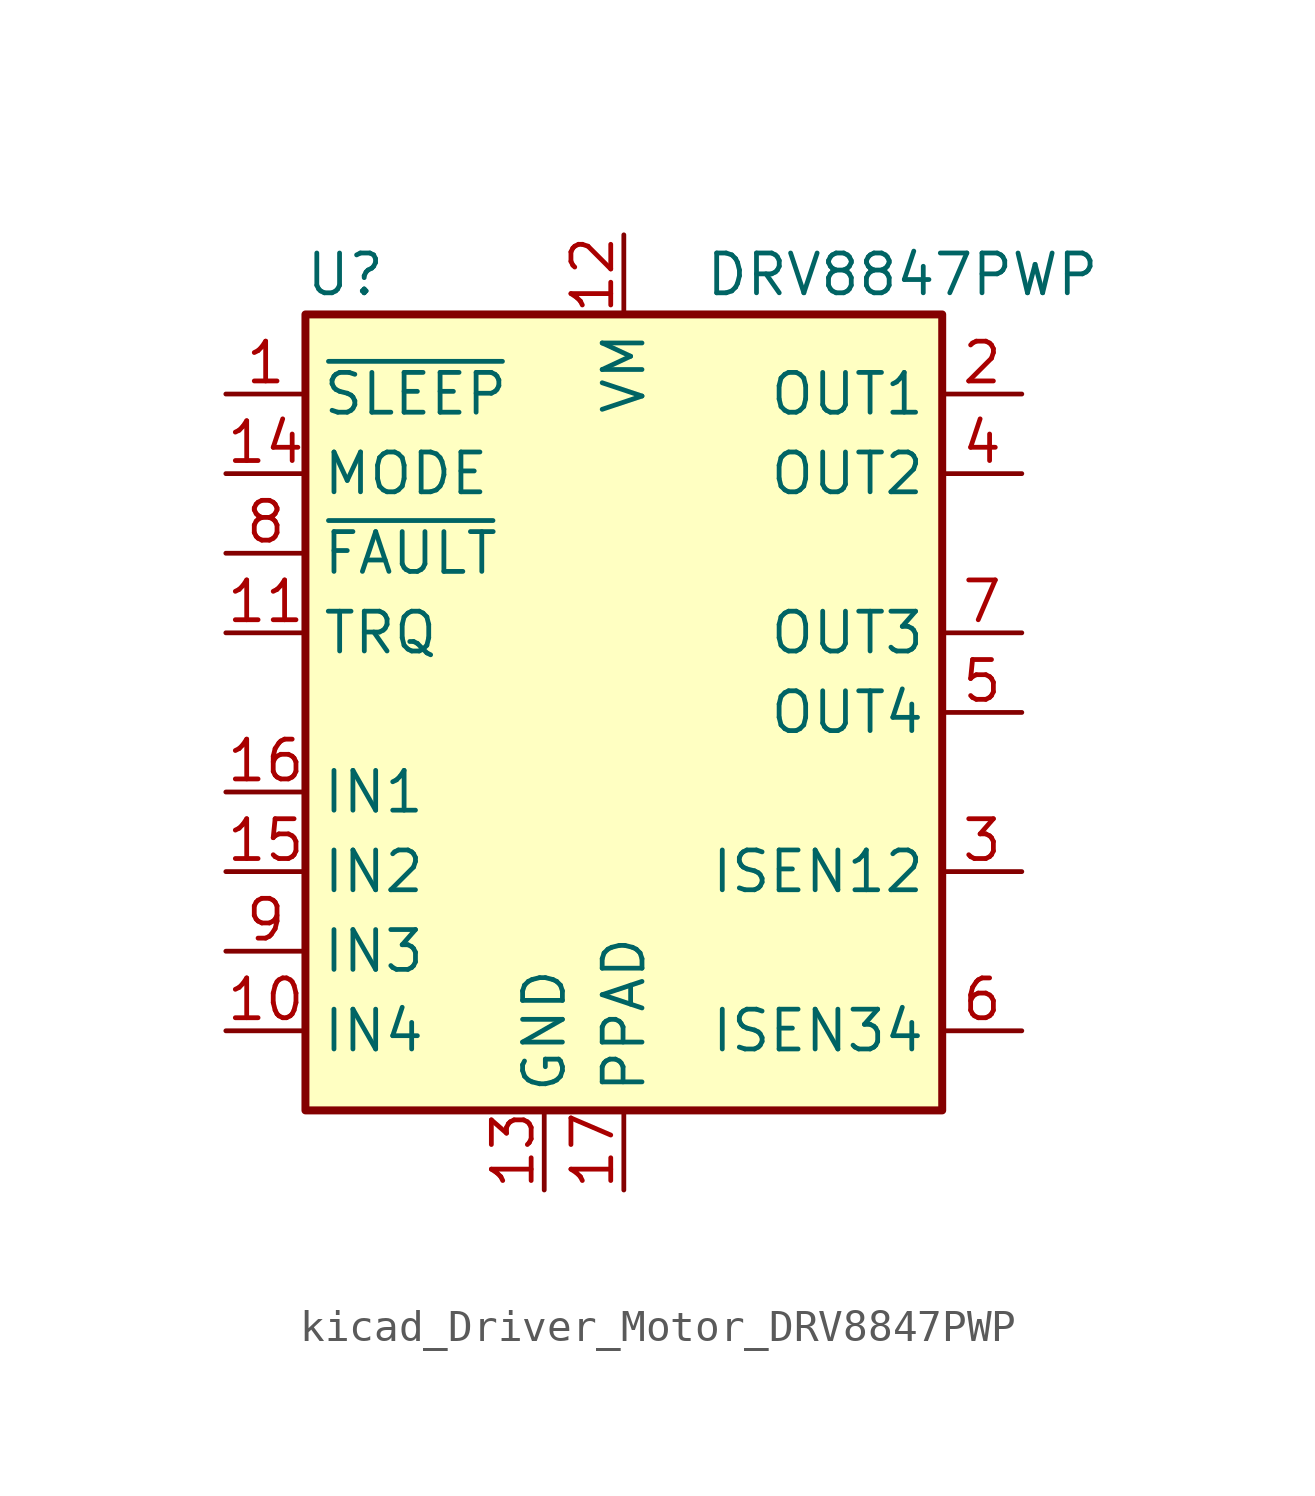
<source format=kicad_sym>
(kicad_symbol_lib
  (version 20220914)
  (generator kicad_symbol_editor)
  (symbol "kicad_Driver_Motor_DRV8847PWP"
    (property "Reference" "U"
      (at -8.89 13.97 0)
      (effects (font (size 1.27 1.27))))
    (property "Value" "DRV8847PWP"
      (at 8.89 13.97 0)
      (effects (font (size 1.27 1.27))))
    (symbol "kicad_Driver_Motor_DRV8847PWP_0_1"
      (rectangle (start -10.16 -12.7) (end 10.16 12.7) (stroke (width 0.254) (type default)) (fill (type background))))
    (symbol "kicad_Driver_Motor_DRV8847PWP_1_1"
      (pin input line (at -12.7 10.16 0) (length 2.54) (name "~{SLEEP}" (effects (font (size 1.27 1.27)))) (number "1" (effects (font (size 1.27 1.27)))))
      (pin input line (at -12.7 -10.16 0) (length 2.54) (name "IN4" (effects (font (size 1.27 1.27)))) (number "10" (effects (font (size 1.27 1.27)))))
      (pin input line (at -12.7 2.54 0) (length 2.54) (name "TRQ" (effects (font (size 1.27 1.27)))) (number "11" (effects (font (size 1.27 1.27)))))
      (pin power_in line (at 0 15.24 270) (length 2.54) (name "VM" (effects (font (size 1.27 1.27)))) (number "12" (effects (font (size 1.27 1.27)))))
      (pin power_in line (at -2.54 -15.24 90) (length 2.54) (name "GND" (effects (font (size 1.27 1.27)))) (number "13" (effects (font (size 1.27 1.27)))))
      (pin input line (at -12.7 7.62 0) (length 2.54) (name "MODE" (effects (font (size 1.27 1.27)))) (number "14" (effects (font (size 1.27 1.27)))))
      (pin input line (at -12.7 -5.08 0) (length 2.54) (name "IN2" (effects (font (size 1.27 1.27)))) (number "15" (effects (font (size 1.27 1.27)))))
      (pin input line (at -12.7 -2.54 0) (length 2.54) (name "IN1" (effects (font (size 1.27 1.27)))) (number "16" (effects (font (size 1.27 1.27)))))
      (pin power_in line (at 0 -15.24 90) (length 2.54) (name "PPAD" (effects (font (size 1.27 1.27)))) (number "17" (effects (font (size 1.27 1.27)))))
      (pin output line (at 12.7 10.16 180) (length 2.54) (name "OUT1" (effects (font (size 1.27 1.27)))) (number "2" (effects (font (size 1.27 1.27)))))
      (pin passive line (at 12.7 -5.08 180) (length 2.54) (name "ISEN12" (effects (font (size 1.27 1.27)))) (number "3" (effects (font (size 1.27 1.27)))))
      (pin output line (at 12.7 7.62 180) (length 2.54) (name "OUT2" (effects (font (size 1.27 1.27)))) (number "4" (effects (font (size 1.27 1.27)))))
      (pin output line (at 12.7 0 180) (length 2.54) (name "OUT4" (effects (font (size 1.27 1.27)))) (number "5" (effects (font (size 1.27 1.27)))))
      (pin passive line (at 12.7 -10.16 180) (length 2.54) (name "ISEN34" (effects (font (size 1.27 1.27)))) (number "6" (effects (font (size 1.27 1.27)))))
      (pin output line (at 12.7 2.54 180) (length 2.54) (name "OUT3" (effects (font (size 1.27 1.27)))) (number "7" (effects (font (size 1.27 1.27)))))
      (pin open_collector line (at -12.7 5.08 0) (length 2.54) (name "~{FAULT}" (effects (font (size 1.27 1.27)))) (number "8" (effects (font (size 1.27 1.27)))))
      (pin input line (at -12.7 -7.62 0) (length 2.54) (name "IN3" (effects (font (size 1.27 1.27)))) (number "9" (effects (font (size 1.27 1.27))))))))
</source>
